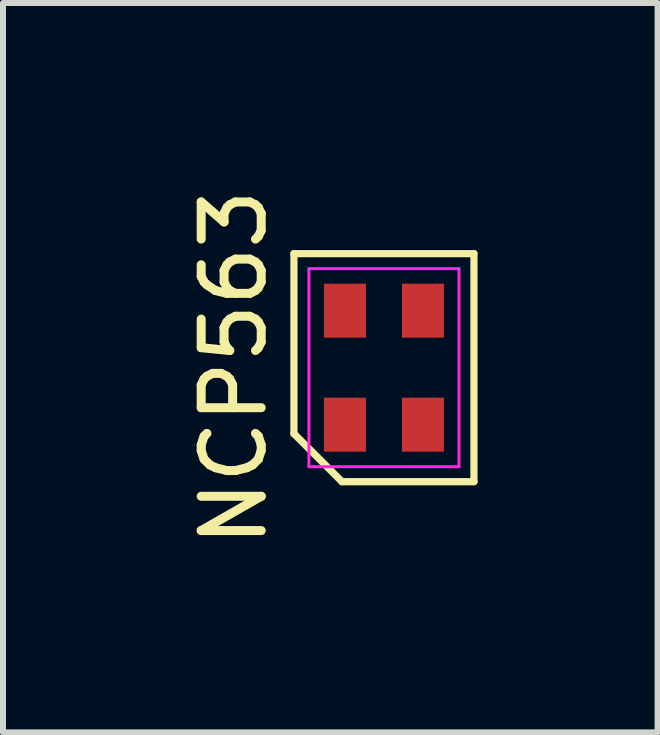
<source format=kicad_pcb>
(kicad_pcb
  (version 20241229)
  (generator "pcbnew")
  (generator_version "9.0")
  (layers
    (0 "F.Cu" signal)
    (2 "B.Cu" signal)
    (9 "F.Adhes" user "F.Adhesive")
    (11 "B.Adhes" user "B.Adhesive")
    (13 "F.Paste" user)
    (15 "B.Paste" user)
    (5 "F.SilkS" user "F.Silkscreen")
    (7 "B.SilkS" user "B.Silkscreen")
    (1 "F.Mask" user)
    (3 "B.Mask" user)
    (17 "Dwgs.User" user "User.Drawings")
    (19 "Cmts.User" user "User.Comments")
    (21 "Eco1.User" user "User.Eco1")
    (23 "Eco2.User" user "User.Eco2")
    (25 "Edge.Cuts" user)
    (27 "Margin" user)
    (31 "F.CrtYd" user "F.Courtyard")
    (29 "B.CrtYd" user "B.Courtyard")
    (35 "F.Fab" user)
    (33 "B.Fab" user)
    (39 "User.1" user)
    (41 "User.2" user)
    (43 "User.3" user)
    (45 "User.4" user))
  (footprint "NCP563"
    (layer "F.Cu")
    (at 3.348 3.077)
    (property "Reference" "NCP563" (at -2.5 0 90) (layer "F.SilkS") (effects (font (size 1 1) (thickness 0.15))))
    (attr through_hole)
    (fp_line (start -1.5 -1.9) (end 1.5 -1.9) (stroke (width 0.12) (type solid)) (layer "F.SilkS"))
    (fp_line (start -1.5 1.1) (end -1.5 -1.9) (stroke (width 0.12) (type solid)) (layer "F.SilkS"))
    (fp_line (start -0.7 1.9) (end -1.5 1.1) (stroke (width 0.12) (type solid)) (layer "F.SilkS"))
    (fp_line (start 1.5 -1.9) (end 1.5 1.9) (stroke (width 0.12) (type solid)) (layer "F.SilkS"))
    (fp_line (start 1.5 1.9) (end -0.7 1.9) (stroke (width 0.12) (type solid)) (layer "F.SilkS"))
    (fp_line (start -1.25 -1.65) (end 1.25 -1.65) (stroke (width 0.05) (type solid)) (layer "F.CrtYd"))
    (fp_line (start -1.25 1.65) (end -1.25 -1.65) (stroke (width 0.05) (type solid)) (layer "F.CrtYd"))
    (fp_line (start 1.25 -1.65) (end 1.25 1.65) (stroke (width 0.05) (type solid)) (layer "F.CrtYd"))
    (fp_line (start 1.25 1.65) (end -1.25 1.65) (stroke (width 0.05) (type solid)) (layer "F.CrtYd"))
    (pad "1" smd rect (at -0.65 -0.95) (size 0.7 0.9) (layers "F.Cu" "F.Mask" "F.Paste"))
    (pad "2" smd rect (at -0.65 0.95) (size 0.7 0.9) (layers "F.Cu" "F.Mask" "F.Paste"))
    (pad "3" smd rect (at 0.65 0.95) (size 0.7 0.9) (layers "F.Cu" "F.Mask" "F.Paste"))
    (pad "4" smd rect (at 0.65 -0.95) (size 0.7 0.9) (layers "F.Cu" "F.Mask" "F.Paste")))
  (gr_rect
    (start -3 -3)
    (end 7.908 9.155)
    (stroke (width 0.1) (type default))
    (fill no)
    (layer "Edge.Cuts")))
</source>
